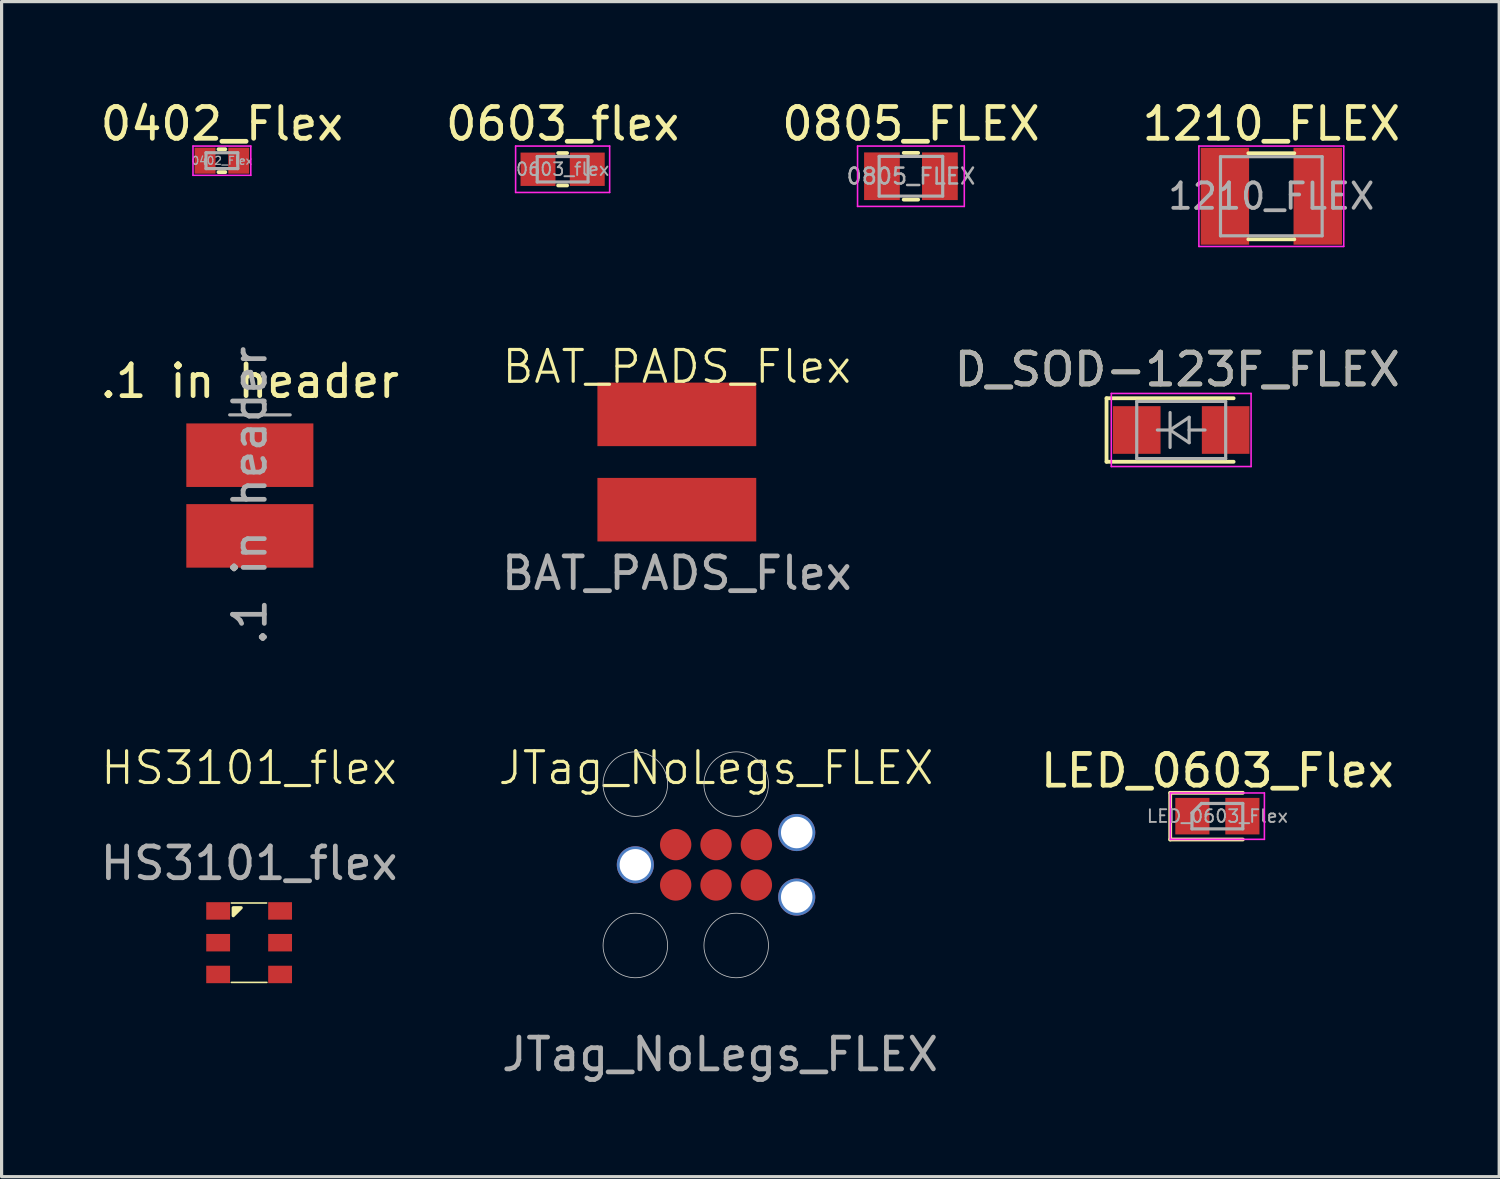
<source format=kicad_pcb>
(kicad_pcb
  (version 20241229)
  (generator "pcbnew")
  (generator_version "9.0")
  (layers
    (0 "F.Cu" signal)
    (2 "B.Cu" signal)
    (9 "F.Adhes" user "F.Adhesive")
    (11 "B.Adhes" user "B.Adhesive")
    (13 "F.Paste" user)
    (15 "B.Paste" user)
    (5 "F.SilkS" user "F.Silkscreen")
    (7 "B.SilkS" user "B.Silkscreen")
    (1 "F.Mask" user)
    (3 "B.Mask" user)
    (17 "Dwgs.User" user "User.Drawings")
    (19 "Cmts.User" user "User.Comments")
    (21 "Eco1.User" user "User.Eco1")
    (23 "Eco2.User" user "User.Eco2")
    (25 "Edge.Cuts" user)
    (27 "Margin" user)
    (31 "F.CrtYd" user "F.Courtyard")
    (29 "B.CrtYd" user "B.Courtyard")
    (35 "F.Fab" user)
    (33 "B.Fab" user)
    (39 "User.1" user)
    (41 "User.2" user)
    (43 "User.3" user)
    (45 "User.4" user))
  (footprint "BAT_PADS_Flex"
    (layer "F.Cu")
    (at 18.256 8.994)
    (property "Reference" "BAT_PADS_Flex" (at 0 -0.5 0) (unlocked yes) (layer "F.SilkS") (effects (font (size 1 1) (thickness 0.1))))
    (attr smd)
    (fp_text user "${REFERENCE}" (at 0 6 0) (unlocked yes) (layer "F.Fab") (effects (font (size 1 1) (thickness 0.15))))
    (pad "1" smd rect (at 0 1 180) (size 5 2) (layers "F.Cu" "F.Mask"))
    (pad "2" smd rect (at 0 4 180) (size 5 2) (layers "F.Cu" "F.Mask")))
  (footprint "D_SOD-123F_FLEX"
    (layer "F.Cu")
    (at 34.133 10.486)
    (property "Reference" "D_SOD-123F_FLEX" (at -0.127 -1.905 0) (layer "F.SilkS") (effects (font (size 1 1) (thickness 0.15))))
    (attr smd)
    (fp_line (start -2.35 -1) (end -2.35 1) (stroke (width 0.12) (type solid)) (layer "F.SilkS"))
    (fp_line (start -2.35 -1) (end 1.65 -1) (stroke (width 0.12) (type solid)) (layer "F.SilkS"))
    (fp_line (start -2.35 1) (end 1.65 1) (stroke (width 0.12) (type solid)) (layer "F.SilkS"))
    (fp_line (start -2.2 -1.15) (end -2.2 1.15) (stroke (width 0.05) (type solid)) (layer "F.CrtYd"))
    (fp_line (start -2.2 -1.15) (end 2.2 -1.15) (stroke (width 0.05) (type solid)) (layer "F.CrtYd"))
    (fp_line (start 2.2 -1.15) (end 2.2 1.15) (stroke (width 0.05) (type solid)) (layer "F.CrtYd"))
    (fp_line (start 2.2 1.15) (end -2.2 1.15) (stroke (width 0.05) (type solid)) (layer "F.CrtYd"))
    (fp_line (start -1.4 -0.9) (end 1.4 -0.9) (stroke (width 0.1) (type solid)) (layer "F.Fab"))
    (fp_line (start -1.4 0.9) (end -1.4 -0.9) (stroke (width 0.1) (type solid)) (layer "F.Fab"))
    (fp_line (start -0.75 0) (end -0.35 0) (stroke (width 0.1) (type solid)) (layer "F.Fab"))
    (fp_line (start -0.35 0) (end -0.35 -0.55) (stroke (width 0.1) (type solid)) (layer "F.Fab"))
    (fp_line (start -0.35 0) (end -0.35 0.55) (stroke (width 0.1) (type solid)) (layer "F.Fab"))
    (fp_line (start -0.35 0) (end 0.25 -0.4) (stroke (width 0.1) (type solid)) (layer "F.Fab"))
    (fp_line (start 0.25 -0.4) (end 0.25 0.4) (stroke (width 0.1) (type solid)) (layer "F.Fab"))
    (fp_line (start 0.25 0) (end 0.75 0) (stroke (width 0.1) (type solid)) (layer "F.Fab"))
    (fp_line (start 0.25 0.4) (end -0.35 0) (stroke (width 0.1) (type solid)) (layer "F.Fab"))
    (fp_line (start 1.4 -0.9) (end 1.4 0.9) (stroke (width 0.1) (type solid)) (layer "F.Fab"))
    (fp_line (start 1.4 0.9) (end -1.4 0.9) (stroke (width 0.1) (type solid)) (layer "F.Fab"))
    (fp_text user "${REFERENCE}" (at -0.127 -1.905 0) (layer "F.Fab") (effects (font (size 1 1) (thickness 0.15))))
    (pad "1" smd rect (at -1.4 0) (size 1.5 1.5) (layers "F.Cu" "F.Mask" "F.Paste"))
    (pad "2" smd rect (at 1.4 0) (size 1.5 1.5) (layers "F.Cu" "F.Mask" "F.Paste")))
  (footprint "HS3101_flex"
    (layer "F.Cu")
    (at 4.792 26.625)
    (property "Reference" "HS3101_flex" (at 0 -5.5 0) (unlocked yes) (layer "F.SilkS") (effects (font (size 1 1) (thickness 0.1))))
    (attr smd)
    (fp_line (start -0.56 -1.25) (end 0.55 -1.25) (stroke (width 0.05) (type default)) (layer "F.SilkS"))
    (fp_line (start -0.56 1.25) (end 0.56 1.25) (stroke (width 0.05) (type default)) (layer "F.SilkS"))
    (fp_poly (pts (xy -0.5 -1.1) (xy -0.5 -0.85) (xy -0.25 -1.1)) (stroke (width 0.1) (type solid)) (fill yes) (layer "F.SilkS"))
    (fp_text user "${REFERENCE}" (at 0 -2.5 0) (unlocked yes) (layer "F.Fab") (effects (font (size 1 1) (thickness 0.15))))
    (pad "1" smd rect (at -0.975 -1) (size 0.75 0.55) (layers "F.Cu" "F.Mask" "F.Paste"))
    (pad "2" smd rect (at -0.975 0) (size 0.75 0.55) (layers "F.Cu" "F.Mask" "F.Paste"))
    (pad "3" smd rect (at -0.975 1) (size 0.75 0.55) (layers "F.Cu" "F.Mask" "F.Paste"))
    (pad "4" smd rect (at 0.975 1) (size 0.75 0.55) (layers "F.Cu" "F.Mask" "F.Paste"))
    (pad "5" smd rect (at 0.975 0) (size 0.75 0.55) (layers "F.Cu" "F.Mask" "F.Paste"))
    (pad "6" smd rect (at 0.975 -1) (size 0.75 0.55) (layers "F.Cu" "F.Mask" "F.Paste")))
  (footprint "LED_0603_Flex"
    (layer "F.Cu")
    (at 35.272 22.642)
    (property "Reference" "LED_0603_Flex" (at 0 -1.43 0) (layer "F.SilkS") (effects (font (size 1 1) (thickness 0.15))))
    (attr smd)
    (fp_line (start -1.485 -0.735) (end -1.485 0.735) (stroke (width 0.12) (type solid)) (layer "F.SilkS"))
    (fp_line (start -1.485 0.735) (end 0.8 0.735) (stroke (width 0.12) (type solid)) (layer "F.SilkS"))
    (fp_line (start 0.8 -0.735) (end -1.485 -0.735) (stroke (width 0.12) (type solid)) (layer "F.SilkS"))
    (fp_line (start -1.48 -0.73) (end 1.48 -0.73) (stroke (width 0.05) (type solid)) (layer "F.CrtYd"))
    (fp_line (start -1.48 0.73) (end -1.48 -0.73) (stroke (width 0.05) (type solid)) (layer "F.CrtYd"))
    (fp_line (start 1.48 -0.73) (end 1.48 0.73) (stroke (width 0.05) (type solid)) (layer "F.CrtYd"))
    (fp_line (start 1.48 0.73) (end -1.48 0.73) (stroke (width 0.05) (type solid)) (layer "F.CrtYd"))
    (fp_line (start -0.8 -0.1) (end -0.8 0.4) (stroke (width 0.1) (type solid)) (layer "F.Fab"))
    (fp_line (start -0.8 0.4) (end 0.8 0.4) (stroke (width 0.1) (type solid)) (layer "F.Fab"))
    (fp_line (start -0.5 -0.4) (end -0.8 -0.1) (stroke (width 0.1) (type solid)) (layer "F.Fab"))
    (fp_line (start 0.8 -0.4) (end -0.5 -0.4) (stroke (width 0.1) (type solid)) (layer "F.Fab"))
    (fp_line (start 0.8 0.4) (end 0.8 -0.4) (stroke (width 0.1) (type solid)) (layer "F.Fab"))
    (fp_text user "${REFERENCE}" (at 0 0 0) (layer "F.Fab") (effects (font (size 0.4 0.4) (thickness 0.06))))
    (pad "1" smd rect (at -0.787 0) (size 1.075 1.15) (layers "F.Cu" "F.Mask" "F.Paste"))
    (pad "2" smd rect (at 0.787 0) (size 1.075 1.15) (layers "F.Cu" "F.Mask" "F.Paste")))
  (footprint "0805_FLEX"
    (layer "F.Cu")
    (at 25.625 2.498)
    (property "Reference" "0805_FLEX" (at 0 -1.65 0) (layer "F.SilkS") (effects (font (size 1 1) (thickness 0.15))))
    (attr smd)
    (fp_line (start -0.227 -0.735) (end 0.227 -0.735) (stroke (width 0.12) (type solid)) (layer "F.SilkS"))
    (fp_line (start -0.227 0.735) (end 0.227 0.735) (stroke (width 0.12) (type solid)) (layer "F.SilkS"))
    (fp_line (start -1.68 -0.95) (end 1.68 -0.95) (stroke (width 0.05) (type solid)) (layer "F.CrtYd"))
    (fp_line (start -1.68 0.95) (end -1.68 -0.95) (stroke (width 0.05) (type solid)) (layer "F.CrtYd"))
    (fp_line (start 1.68 -0.95) (end 1.68 0.95) (stroke (width 0.05) (type solid)) (layer "F.CrtYd"))
    (fp_line (start 1.68 0.95) (end -1.68 0.95) (stroke (width 0.05) (type solid)) (layer "F.CrtYd"))
    (fp_line (start -1 -0.625) (end 1 -0.625) (stroke (width 0.1) (type solid)) (layer "F.Fab"))
    (fp_line (start -1 0.625) (end -1 -0.625) (stroke (width 0.1) (type solid)) (layer "F.Fab"))
    (fp_line (start 1 -0.625) (end 1 0.625) (stroke (width 0.1) (type solid)) (layer "F.Fab"))
    (fp_line (start 1 0.625) (end -1 0.625) (stroke (width 0.1) (type solid)) (layer "F.Fab"))
    (fp_text user "${REFERENCE}" (at 0 0 0) (layer "F.Fab") (effects (font (size 0.5 0.5) (thickness 0.08))))
    (pad "1" smd rect (at -0.912 0) (size 1.125 1.5) (layers "F.Cu" "F.Mask" "F.Paste"))
    (pad "2" smd rect (at 0.912 0) (size 1.125 1.5) (layers "F.Cu" "F.Mask" "F.Paste")))
  (footprint "0603_flex"
    (layer "F.Cu")
    (at 14.661 2.278)
    (property "Reference" "0603_flex" (at 0 -1.43 0) (layer "F.SilkS") (effects (font (size 1 1) (thickness 0.15))))
    (attr smd)
    (fp_line (start -0.141 -0.51) (end 0.141 -0.51) (stroke (width 0.12) (type solid)) (layer "F.SilkS"))
    (fp_line (start -0.141 0.51) (end 0.141 0.51) (stroke (width 0.12) (type solid)) (layer "F.SilkS"))
    (fp_line (start -1.48 -0.73) (end 1.48 -0.73) (stroke (width 0.05) (type solid)) (layer "F.CrtYd"))
    (fp_line (start -1.48 0.73) (end -1.48 -0.73) (stroke (width 0.05) (type solid)) (layer "F.CrtYd"))
    (fp_line (start 1.48 -0.73) (end 1.48 0.73) (stroke (width 0.05) (type solid)) (layer "F.CrtYd"))
    (fp_line (start 1.48 0.73) (end -1.48 0.73) (stroke (width 0.05) (type solid)) (layer "F.CrtYd"))
    (fp_line (start -0.8 -0.4) (end 0.8 -0.4) (stroke (width 0.1) (type solid)) (layer "F.Fab"))
    (fp_line (start -0.8 0.4) (end -0.8 -0.4) (stroke (width 0.1) (type solid)) (layer "F.Fab"))
    (fp_line (start 0.8 -0.4) (end 0.8 0.4) (stroke (width 0.1) (type solid)) (layer "F.Fab"))
    (fp_line (start 0.8 0.4) (end -0.8 0.4) (stroke (width 0.1) (type solid)) (layer "F.Fab"))
    (fp_text user "${REFERENCE}" (at 0 0 0) (layer "F.Fab") (effects (font (size 0.4 0.4) (thickness 0.06))))
    (pad "1" smd rect (at -0.775 0) (size 1.1 1.05) (layers "F.Cu" "F.Mask" "F.Paste"))
    (pad "2" smd rect (at 0.775 0) (size 1.1 1.05) (layers "F.Cu" "F.Mask" "F.Paste")))
  (footprint "1210_FLEX"
    (layer "F.Cu")
    (at 36.97 3.128)
    (property "Reference" "1210_FLEX" (at 0 -2.28 0) (layer "F.SilkS") (effects (font (size 1 1) (thickness 0.15))))
    (attr smd)
    (fp_line (start -0.724 -1.355) (end 0.724 -1.355) (stroke (width 0.12) (type solid)) (layer "F.SilkS"))
    (fp_line (start -0.724 1.355) (end 0.724 1.355) (stroke (width 0.12) (type solid)) (layer "F.SilkS"))
    (fp_line (start -2.28 -1.58) (end 2.28 -1.58) (stroke (width 0.05) (type solid)) (layer "F.CrtYd"))
    (fp_line (start -2.28 1.58) (end -2.28 -1.58) (stroke (width 0.05) (type solid)) (layer "F.CrtYd"))
    (fp_line (start 2.28 -1.58) (end 2.28 1.58) (stroke (width 0.05) (type solid)) (layer "F.CrtYd"))
    (fp_line (start 2.28 1.58) (end -2.28 1.58) (stroke (width 0.05) (type solid)) (layer "F.CrtYd"))
    (fp_line (start -1.6 -1.245) (end 1.6 -1.245) (stroke (width 0.1) (type solid)) (layer "F.Fab"))
    (fp_line (start -1.6 1.245) (end -1.6 -1.245) (stroke (width 0.1) (type solid)) (layer "F.Fab"))
    (fp_line (start 1.6 -1.245) (end 1.6 1.245) (stroke (width 0.1) (type solid)) (layer "F.Fab"))
    (fp_line (start 1.6 1.245) (end -1.6 1.245) (stroke (width 0.1) (type solid)) (layer "F.Fab"))
    (fp_text user "${REFERENCE}" (at 0 0 0) (layer "F.Fab") (effects (font (size 0.8 0.8) (thickness 0.12))))
    (pad "1" smd rect (at -1.462 0) (size 1.525 3.05) (layers "F.Cu" "F.Mask" "F.Paste"))
    (pad "2" smd rect (at 1.462 0) (size 1.525 3.05) (layers "F.Cu" "F.Mask" "F.Paste")))
  (footprint ".1 in header"
    (layer "F.Cu")
    (at 4.815 11.279)
    (property "Reference" ".1 in header" (at 0 -2.33 0) (layer "F.SilkS") (effects (font (size 1 1) (thickness 0.15))))
    (attr through_hole)
    (fp_line (start -0.635 -1.27) (end 1.27 -1.27) (stroke (width 0.1) (type solid)) (layer "F.Fab"))
    (fp_text user "${REFERENCE}" (at 0 1.27 90) (layer "F.Fab") (effects (font (size 1 1) (thickness 0.15))))
    (pad "1" smd rect (at 0 0) (size 4 2) (layers "F.Cu" "F.Mask"))
    (pad "2" smd rect (at 0 2.54) (size 4 2) (layers "F.Cu" "F.Mask")))
  (footprint "0402_Flex"
    (layer "F.Cu")
    (at 3.935 2.008)
    (property "Reference" "0402_Flex" (at 0 -1.16 0) (layer "F.SilkS") (effects (font (size 1 1) (thickness 0.15))))
    (attr smd)
    (fp_rect (start -0.76 -0.31) (end -0.2 0.31) (stroke (width 0) (type default)) (fill yes) (layer "F.Mask"))
    (fp_rect (start 0.2 -0.31) (end 0.76 0.31) (stroke (width 0) (type default)) (fill yes) (layer "F.Mask"))
    (fp_line (start -0.108 -0.36) (end 0.108 -0.36) (stroke (width 0.12) (type solid)) (layer "F.SilkS"))
    (fp_line (start -0.108 0.36) (end 0.108 0.36) (stroke (width 0.12) (type solid)) (layer "F.SilkS"))
    (fp_rect (start -0.76 -0.31) (end -0.2 0.31) (stroke (width 0) (type default)) (fill yes) (layer "F.Paste"))
    (fp_rect (start 0.2 -0.31) (end 0.76 0.31) (stroke (width 0) (type default)) (fill yes) (layer "F.Paste"))
    (fp_line (start -0.91 -0.46) (end 0.91 -0.46) (stroke (width 0.05) (type solid)) (layer "F.CrtYd"))
    (fp_line (start -0.91 0.46) (end -0.91 -0.46) (stroke (width 0.05) (type solid)) (layer "F.CrtYd"))
    (fp_line (start 0.91 -0.46) (end 0.91 0.46) (stroke (width 0.05) (type solid)) (layer "F.CrtYd"))
    (fp_line (start 0.91 0.46) (end -0.91 0.46) (stroke (width 0.05) (type solid)) (layer "F.CrtYd"))
    (fp_line (start -0.5 -0.25) (end 0.5 -0.25) (stroke (width 0.1) (type solid)) (layer "F.Fab"))
    (fp_line (start -0.5 0.25) (end -0.5 -0.25) (stroke (width 0.1) (type solid)) (layer "F.Fab"))
    (fp_line (start 0.5 -0.25) (end 0.5 0.25) (stroke (width 0.1) (type solid)) (layer "F.Fab"))
    (fp_line (start 0.5 0.25) (end -0.5 0.25) (stroke (width 0.1) (type solid)) (layer "F.Fab"))
    (fp_text user "${REFERENCE}" (at 0 0 0) (layer "F.Fab") (effects (font (size 0.25 0.25) (thickness 0.04))))
    (pad "1" smd rect (at -0.53 0) (size 0.66 0.82) (layers "F.Cu"))
    (pad "2" smd rect (at 0.53 0) (size 0.66 0.82) (layers "F.Cu")))
  (footprint "JTag_NoLegs_FLEX"
    (layer "F.Cu")
    (at 19.49 24.173)
    (property "Reference" "JTag_NoLegs_FLEX" (at 0 -3.048 0) (unlocked yes) (layer "F.SilkS") (effects (font (size 1 1) (thickness 0.1))))
    (attr smd)
    (fp_circle (center -2.54 -2.54) (end -1.524 -2.54) (stroke (width 0.025) (type default)) (fill no) (layer "Dwgs.User"))
    (fp_circle (center -2.54 2.54) (end -1.524 2.54) (stroke (width 0.025) (type default)) (fill no) (layer "Dwgs.User"))
    (fp_circle (center 0.635 -2.54) (end 1.651 -2.54) (stroke (width 0.025) (type default)) (fill no) (layer "Dwgs.User"))
    (fp_circle (center 0.635 2.54) (end 1.651 2.54) (stroke (width 0.025) (type default)) (fill no) (layer "Dwgs.User"))
    (fp_text user "${REFERENCE}" (at 0.127 5.969 0) (unlocked yes) (layer "F.Fab") (effects (font (size 1 1) (thickness 0.15))))
    (pad "1" smd circle (at -1.27 0.635) (size 0.987 0.987) (property pad_prop_testpoint) (layers "F.Cu" "F.Mask"))
    (pad "2" smd circle (at -1.27 -0.635) (size 0.987 0.987) (property pad_prop_testpoint) (layers "F.Cu" "F.Mask"))
    (pad "3" smd circle (at 0 0.635) (size 0.987 0.987) (property pad_prop_testpoint) (layers "F.Cu" "F.Mask"))
    (pad "4" smd circle (at 0 -0.635) (size 0.987 0.987) (property pad_prop_testpoint) (layers "F.Cu" "F.Mask"))
    (pad "5" smd circle (at 1.27 0.635) (size 0.987 0.987) (property pad_prop_testpoint) (layers "F.Cu" "F.Mask"))
    (pad "6" smd circle (at 1.27 -0.635) (size 0.987 0.987) (property pad_prop_testpoint) (layers "F.Cu" "F.Mask"))
    (pad "7" thru_hole circle (at -2.54 0) (size 1.168 1.168) (drill 0.991) (layers "*.Cu" "*.Mask"))
    (pad "7" thru_hole circle (at 2.54 -1.016) (size 1.168 1.168) (drill 0.991) (layers "*.Cu" "*.Mask"))
    (pad "7" thru_hole circle (at 2.54 1.016) (size 1.168 1.168) (drill 0.991) (layers "*.Cu" "*.Mask"))
    (zone (net_name "") (layers "F.Cu" "B.Cu") (hatch edge 0.5) (connect_pads) (min_thickness 0.25) (filled_areas_thickness no) (keepout (tracks not_allowed) (vias not_allowed) (pads not_allowed) (copperpour allowed) (footprints allowed)) (placement (enabled no)) (fill) (polygon (pts (xy 18.22 23.538) (xy 20.76 23.538) (xy 20.76 24.808) (xy 18.22 24.808)))))
  (gr_rect
    (start -3 -3)
    (end 44.143 33.99)
    (stroke (width 0.1) (type default))
    (fill no)
    (layer "Edge.Cuts")))
</source>
